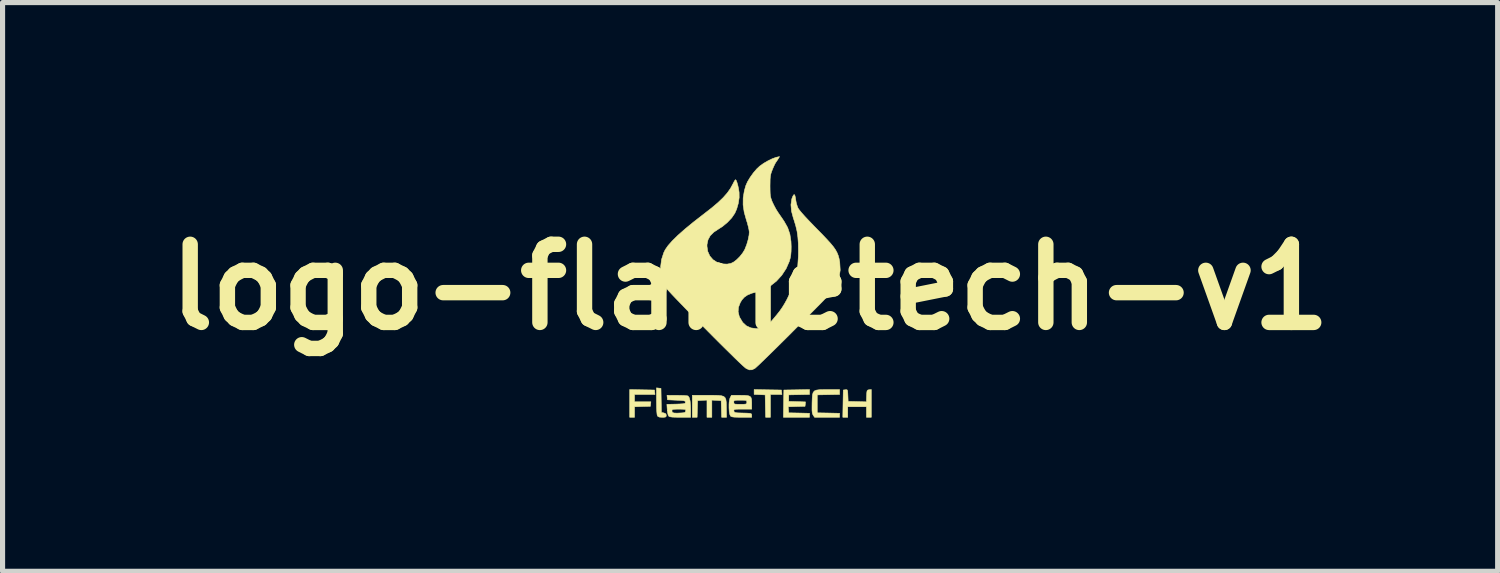
<source format=kicad_pcb>
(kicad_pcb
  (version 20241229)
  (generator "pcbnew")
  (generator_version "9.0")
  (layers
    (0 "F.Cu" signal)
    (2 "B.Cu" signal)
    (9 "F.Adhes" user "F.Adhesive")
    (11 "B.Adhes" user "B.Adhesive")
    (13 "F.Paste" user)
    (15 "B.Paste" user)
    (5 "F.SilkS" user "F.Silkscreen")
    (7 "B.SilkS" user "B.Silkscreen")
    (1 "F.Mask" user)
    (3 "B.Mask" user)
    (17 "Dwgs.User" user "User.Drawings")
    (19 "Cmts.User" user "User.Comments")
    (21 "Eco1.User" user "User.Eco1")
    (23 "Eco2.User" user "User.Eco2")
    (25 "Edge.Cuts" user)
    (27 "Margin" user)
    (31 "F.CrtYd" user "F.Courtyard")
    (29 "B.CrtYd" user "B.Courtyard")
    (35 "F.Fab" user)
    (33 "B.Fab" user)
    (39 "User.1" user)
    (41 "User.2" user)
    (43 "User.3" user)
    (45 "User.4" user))
  (footprint "logo-flametech-v1"
    (layer "F.Cu")
    (at 11.582 2.55)
    (property "Reference" "logo-flametech-v1" (at 0 0 0) (layer "F.SilkS") (effects (font (size 1.524 1.524) (thickness 0.3))))
    (attr through_hole)
    (fp_poly (pts (xy 0.345 2.004) (xy 0.611 2.008) (xy 0.616 2.052) (xy 0.621 2.095) (xy 0.397 2.095) (xy 0.397 2.54) (xy 0.303 2.54) (xy 0.298 2.322) (xy 0.294 2.103) (xy 0.079 2.094) (xy 0.079 1.999) (xy 0.345 2.004)) (stroke (width 0.01) (type solid)) (fill yes) (layer "F.SilkS"))
    (fp_poly (pts (xy -2.107 2.004) (xy -1.865 2.008) (xy -1.86 2.052) (xy -1.855 2.095) (xy -2.254 2.095) (xy -2.254 2.238) (xy -1.935 2.238) (xy -1.945 2.326) (xy -2.099 2.33) (xy -2.254 2.335) (xy -2.254 2.54) (xy -2.349 2.54) (xy -2.349 1.999) (xy -2.107 2.004)) (stroke (width 0.01) (type solid)) (fill yes) (layer "F.SilkS"))
    (fp_poly (pts (xy -1.738 1.976) (xy -1.734 2.211) (xy -1.73 2.446) (xy -1.682 2.455) (xy -1.647 2.469) (xy -1.635 2.494) (xy -1.635 2.502) (xy -1.638 2.525) (xy -1.652 2.536) (xy -1.686 2.54) (xy -1.714 2.54) (xy -1.766 2.537) (xy -1.795 2.526) (xy -1.809 2.509) (xy -1.815 2.483) (xy -1.82 2.43) (xy -1.824 2.356) (xy -1.825 2.268) (xy -1.826 2.222) (xy -1.826 1.966) (xy -1.738 1.976)) (stroke (width 0.01) (type solid)) (fill yes) (layer "F.SilkS"))
    (fp_poly (pts (xy 1.159 2.095) (xy 0.956 2.099) (xy 0.754 2.103) (xy 0.754 2.23) (xy 0.918 2.235) (xy 1.081 2.24) (xy 1.077 2.283) (xy 1.072 2.326) (xy 0.908 2.33) (xy 0.744 2.335) (xy 0.749 2.394) (xy 0.754 2.453) (xy 0.956 2.457) (xy 1.159 2.462) (xy 1.159 2.54) (xy 0.65 2.54) (xy 0.654 2.274) (xy 0.659 2.008) (xy 0.909 2.004) (xy 1.159 1.999) (xy 1.159 2.095)) (stroke (width 0.01) (type solid)) (fill yes) (layer "F.SilkS"))
    (fp_poly (pts (xy -0.711 2.111) (xy -0.623 2.113) (xy -0.559 2.12) (xy -0.515 2.133) (xy -0.488 2.157) (xy -0.472 2.193) (xy -0.465 2.244) (xy -0.463 2.314) (xy -0.462 2.364) (xy -0.459 2.54) (xy -0.555 2.54) (xy -0.564 2.215) (xy -0.746 2.205) (xy -0.746 2.54) (xy -0.841 2.54) (xy -0.841 2.205) (xy -0.933 2.21) (xy -1.024 2.215) (xy -1.033 2.54) (xy -1.127 2.54) (xy -1.127 2.111) (xy -0.827 2.111) (xy -0.711 2.111)) (stroke (width 0.01) (type solid)) (fill yes) (layer "F.SilkS"))
    (fp_poly (pts (xy 1.746 2.095) (xy 1.528 2.099) (xy 1.31 2.103) (xy 1.31 2.453) (xy 1.528 2.457) (xy 1.746 2.462) (xy 1.746 2.54) (xy 1.258 2.54) (xy 1.231 2.499) (xy 1.219 2.476) (xy 1.212 2.446) (xy 1.208 2.402) (xy 1.208 2.338) (xy 1.209 2.259) (xy 1.212 2.169) (xy 1.217 2.103) (xy 1.23 2.057) (xy 1.254 2.027) (xy 1.294 2.01) (xy 1.354 2.002) (xy 1.438 2) (xy 1.518 2) (xy 1.746 2) (xy 1.746 2.095)) (stroke (width 0.01) (type solid)) (fill yes) (layer "F.SilkS"))
    (fp_poly (pts (xy 2.365 2.54) (xy 2.27 2.54) (xy 2.27 2.334) (xy 1.905 2.334) (xy 1.905 2.54) (xy 1.809 2.54) (xy 1.813 2.274) (xy 1.818 2.008) (xy 1.861 2.003) (xy 1.883 2.002) (xy 1.896 2.008) (xy 1.903 2.029) (xy 1.906 2.071) (xy 1.908 2.114) (xy 1.913 2.23) (xy 2.269 2.239) (xy 2.273 2.124) (xy 2.276 2.064) (xy 2.281 2.029) (xy 2.291 2.012) (xy 2.308 2.005) (xy 2.322 2.003) (xy 2.365 1.998) (xy 2.365 2.54)) (stroke (width 0.01) (type solid)) (fill yes) (layer "F.SilkS"))
    (fp_poly (pts (xy -1.426 2.112) (xy -1.349 2.113) (xy -1.283 2.115) (xy -1.234 2.12) (xy -1.21 2.124) (xy -1.21 2.125) (xy -1.187 2.157) (xy -1.17 2.22) (xy -1.161 2.311) (xy -1.159 2.393) (xy -1.159 2.54) (xy -1.363 2.54) (xy -1.451 2.539) (xy -1.512 2.537) (xy -1.552 2.532) (xy -1.576 2.525) (xy -1.589 2.515) (xy -1.601 2.486) (xy -1.611 2.437) (xy -1.614 2.41) (xy -1.524 2.41) (xy -1.521 2.435) (xy -1.507 2.45) (xy -1.477 2.457) (xy -1.425 2.459) (xy -1.382 2.457) (xy -1.321 2.454) (xy -1.284 2.449) (xy -1.266 2.44) (xy -1.258 2.425) (xy -1.257 2.417) (xy -1.256 2.4) (xy -1.263 2.389) (xy -1.285 2.384) (xy -1.327 2.382) (xy -1.388 2.381) (xy -1.454 2.382) (xy -1.495 2.385) (xy -1.516 2.391) (xy -1.523 2.403) (xy -1.524 2.41) (xy -1.614 2.41) (xy -1.616 2.388) (xy -1.623 2.287) (xy -1.442 2.283) (xy -1.365 2.28) (xy -1.313 2.277) (xy -1.282 2.272) (xy -1.267 2.265) (xy -1.262 2.253) (xy -1.262 2.246) (xy -1.264 2.232) (xy -1.275 2.223) (xy -1.299 2.216) (xy -1.343 2.212) (xy -1.411 2.208) (xy -1.437 2.207) (xy -1.611 2.199) (xy -1.621 2.111) (xy -1.426 2.112)) (stroke (width 0.01) (type solid)) (fill yes) (layer "F.SilkS"))
    (fp_poly (pts (xy -0.103 2.112) (xy -0.042 2.118) (xy -0.003 2.131) (xy 0.019 2.156) (xy 0.029 2.195) (xy 0.032 2.253) (xy 0.032 2.271) (xy 0.032 2.381) (xy -0.144 2.381) (xy -0.22 2.381) (xy -0.271 2.383) (xy -0.3 2.387) (xy -0.313 2.394) (xy -0.316 2.406) (xy -0.315 2.417) (xy -0.311 2.433) (xy -0.3 2.443) (xy -0.278 2.45) (xy -0.238 2.454) (xy -0.175 2.456) (xy -0.139 2.457) (xy -0.064 2.459) (xy -0.015 2.462) (xy 0.014 2.467) (xy 0.027 2.476) (xy 0.031 2.489) (xy 0.032 2.501) (xy 0.032 2.54) (xy -0.165 2.54) (xy -0.25 2.539) (xy -0.309 2.537) (xy -0.347 2.532) (xy -0.371 2.524) (xy -0.383 2.514) (xy -0.397 2.48) (xy -0.407 2.424) (xy -0.411 2.356) (xy -0.411 2.285) (xy -0.408 2.246) (xy -0.318 2.246) (xy -0.316 2.266) (xy -0.308 2.278) (xy -0.286 2.284) (xy -0.244 2.286) (xy -0.191 2.286) (xy -0.128 2.286) (xy -0.09 2.283) (xy -0.071 2.276) (xy -0.064 2.263) (xy -0.064 2.246) (xy -0.065 2.227) (xy -0.073 2.215) (xy -0.095 2.209) (xy -0.137 2.207) (xy -0.191 2.207) (xy -0.253 2.207) (xy -0.291 2.21) (xy -0.31 2.217) (xy -0.317 2.23) (xy -0.318 2.246) (xy -0.408 2.246) (xy -0.405 2.22) (xy -0.394 2.171) (xy -0.39 2.161) (xy -0.364 2.111) (xy -0.191 2.111) (xy -0.103 2.112)) (stroke (width 0.01) (type solid)) (fill yes) (layer "F.SilkS"))
    (fp_poly (pts (xy 0.547 -2.499) (xy 0.521 -2.459) (xy 0.5 -2.429) (xy 0.5 -2.429) (xy 0.485 -2.403) (xy 0.463 -2.357) (xy 0.438 -2.3) (xy 0.436 -2.294) (xy 0.417 -2.245) (xy 0.404 -2.203) (xy 0.396 -2.158) (xy 0.391 -2.104) (xy 0.39 -2.031) (xy 0.389 -1.976) (xy 0.39 -1.888) (xy 0.392 -1.824) (xy 0.397 -1.775) (xy 0.407 -1.733) (xy 0.422 -1.69) (xy 0.431 -1.666) (xy 0.464 -1.597) (xy 0.505 -1.52) (xy 0.542 -1.461) (xy 0.586 -1.397) (xy 0.633 -1.329) (xy 0.668 -1.276) (xy 0.733 -1.16) (xy 0.776 -1.034) (xy 0.798 -0.891) (xy 0.802 -0.786) (xy 0.8 -0.695) (xy 0.794 -0.624) (xy 0.783 -0.564) (xy 0.765 -0.501) (xy 0.765 -0.5) (xy 0.703 -0.36) (xy 0.618 -0.23) (xy 0.514 -0.116) (xy 0.394 -0.021) (xy 0.265 0.05) (xy 0.144 0.09) (xy 0.034 0.12) (xy -0.049 0.154) (xy -0.112 0.197) (xy -0.16 0.251) (xy -0.191 0.302) (xy -0.226 0.394) (xy -0.233 0.481) (xy -0.212 0.569) (xy -0.201 0.594) (xy -0.144 0.689) (xy -0.072 0.756) (xy 0.016 0.796) (xy 0.121 0.81) (xy 0.124 0.81) (xy 0.205 0.802) (xy 0.277 0.777) (xy 0.346 0.731) (xy 0.419 0.661) (xy 0.449 0.627) (xy 0.523 0.538) (xy 0.582 0.463) (xy 0.63 0.394) (xy 0.674 0.322) (xy 0.72 0.239) (xy 0.721 0.236) (xy 0.802 0.071) (xy 0.862 -0.087) (xy 0.904 -0.247) (xy 0.93 -0.417) (xy 0.942 -0.605) (xy 0.943 -0.699) (xy 0.941 -0.848) (xy 0.932 -0.975) (xy 0.916 -1.089) (xy 0.89 -1.199) (xy 0.855 -1.314) (xy 0.846 -1.338) (xy 0.808 -1.479) (xy 0.797 -1.605) (xy 0.813 -1.716) (xy 0.817 -1.729) (xy 0.835 -1.774) (xy 0.853 -1.801) (xy 0.863 -1.805) (xy 0.874 -1.787) (xy 0.884 -1.747) (xy 0.89 -1.705) (xy 0.902 -1.638) (xy 0.923 -1.571) (xy 0.936 -1.54) (xy 0.96 -1.505) (xy 1.005 -1.45) (xy 1.069 -1.378) (xy 1.152 -1.29) (xy 1.25 -1.188) (xy 1.302 -1.135) (xy 1.411 -1.024) (xy 1.5 -0.93) (xy 1.571 -0.852) (xy 1.626 -0.785) (xy 1.667 -0.726) (xy 1.697 -0.671) (xy 1.719 -0.617) (xy 1.735 -0.561) (xy 1.747 -0.498) (xy 1.749 -0.484) (xy 1.758 -0.331) (xy 1.736 -0.183) (xy 1.682 -0.039) (xy 1.68 -0.036) (xy 1.668 -0.013) (xy 1.652 0.012) (xy 1.632 0.04) (xy 1.605 0.074) (xy 1.569 0.115) (xy 1.524 0.164) (xy 1.467 0.225) (xy 1.397 0.298) (xy 1.311 0.385) (xy 1.209 0.488) (xy 1.088 0.61) (xy 0.948 0.751) (xy 0.886 0.812) (xy 0.758 0.941) (xy 0.635 1.063) (xy 0.52 1.177) (xy 0.414 1.281) (xy 0.32 1.373) (xy 0.239 1.451) (xy 0.174 1.514) (xy 0.126 1.558) (xy 0.098 1.583) (xy 0.093 1.587) (xy 0.037 1.613) (xy -0.013 1.615) (xy -0.068 1.592) (xy -0.079 1.586) (xy -0.104 1.566) (xy -0.149 1.526) (xy -0.211 1.468) (xy -0.288 1.394) (xy -0.377 1.306) (xy -0.477 1.208) (xy -0.585 1.101) (xy -0.699 0.987) (xy -0.815 0.87) (xy -0.933 0.751) (xy -1.049 0.634) (xy -1.162 0.519) (xy -1.268 0.41) (xy -1.366 0.308) (xy -1.454 0.217) (xy -1.528 0.139) (xy -1.586 0.076) (xy -1.627 0.03) (xy -1.648 0.003) (xy -1.648 0.003) (xy -1.705 -0.12) (xy -1.738 -0.255) (xy -1.745 -0.397) (xy -1.727 -0.538) (xy -1.684 -0.671) (xy -1.655 -0.73) (xy -1.6 -0.809) (xy -1.518 -0.902) (xy -1.409 -1.009) (xy -1.272 -1.13) (xy -1.108 -1.265) (xy -0.919 -1.412) (xy -0.897 -1.429) (xy -0.748 -1.545) (xy -0.624 -1.65) (xy -0.524 -1.746) (xy -0.444 -1.837) (xy -0.382 -1.925) (xy -0.335 -2.012) (xy -0.312 -2.057) (xy -0.293 -2.087) (xy -0.284 -2.095) (xy -0.271 -2.081) (xy -0.256 -2.043) (xy -0.24 -1.988) (xy -0.226 -1.925) (xy -0.216 -1.86) (xy -0.214 -1.845) (xy -0.213 -1.745) (xy -0.23 -1.633) (xy -0.261 -1.524) (xy -0.297 -1.441) (xy -0.358 -1.351) (xy -0.442 -1.262) (xy -0.538 -1.182) (xy -0.607 -1.138) (xy -0.707 -1.072) (xy -0.778 -1.001) (xy -0.821 -0.922) (xy -0.84 -0.832) (xy -0.841 -0.798) (xy -0.826 -0.696) (xy -0.786 -0.607) (xy -0.724 -0.535) (xy -0.644 -0.483) (xy -0.551 -0.453) (xy -0.449 -0.448) (xy -0.374 -0.462) (xy -0.321 -0.488) (xy -0.26 -0.535) (xy -0.199 -0.596) (xy -0.145 -0.664) (xy -0.104 -0.732) (xy -0.102 -0.737) (xy -0.066 -0.828) (xy -0.038 -0.924) (xy -0.02 -1.014) (xy -0.016 -1.073) (xy -0.021 -1.115) (xy -0.035 -1.178) (xy -0.054 -1.252) (xy -0.071 -1.304) (xy -0.115 -1.461) (xy -0.136 -1.603) (xy -0.135 -1.74) (xy -0.112 -1.878) (xy -0.085 -1.975) (xy -0.051 -2.053) (xy 0.002 -2.141) (xy 0.065 -2.229) (xy 0.132 -2.307) (xy 0.19 -2.361) (xy 0.263 -2.413) (xy 0.347 -2.462) (xy 0.431 -2.503) (xy 0.504 -2.53) (xy 0.525 -2.535) (xy 0.575 -2.545) (xy 0.547 -2.499)) (stroke (width 0.01) (type solid)) (fill yes) (layer "F.SilkS")))
  (gr_rect
    (start -3 -3)
    (end 26.165 8.095)
    (stroke (width 0.1) (type default))
    (fill no)
    (layer "Edge.Cuts")))
</source>
